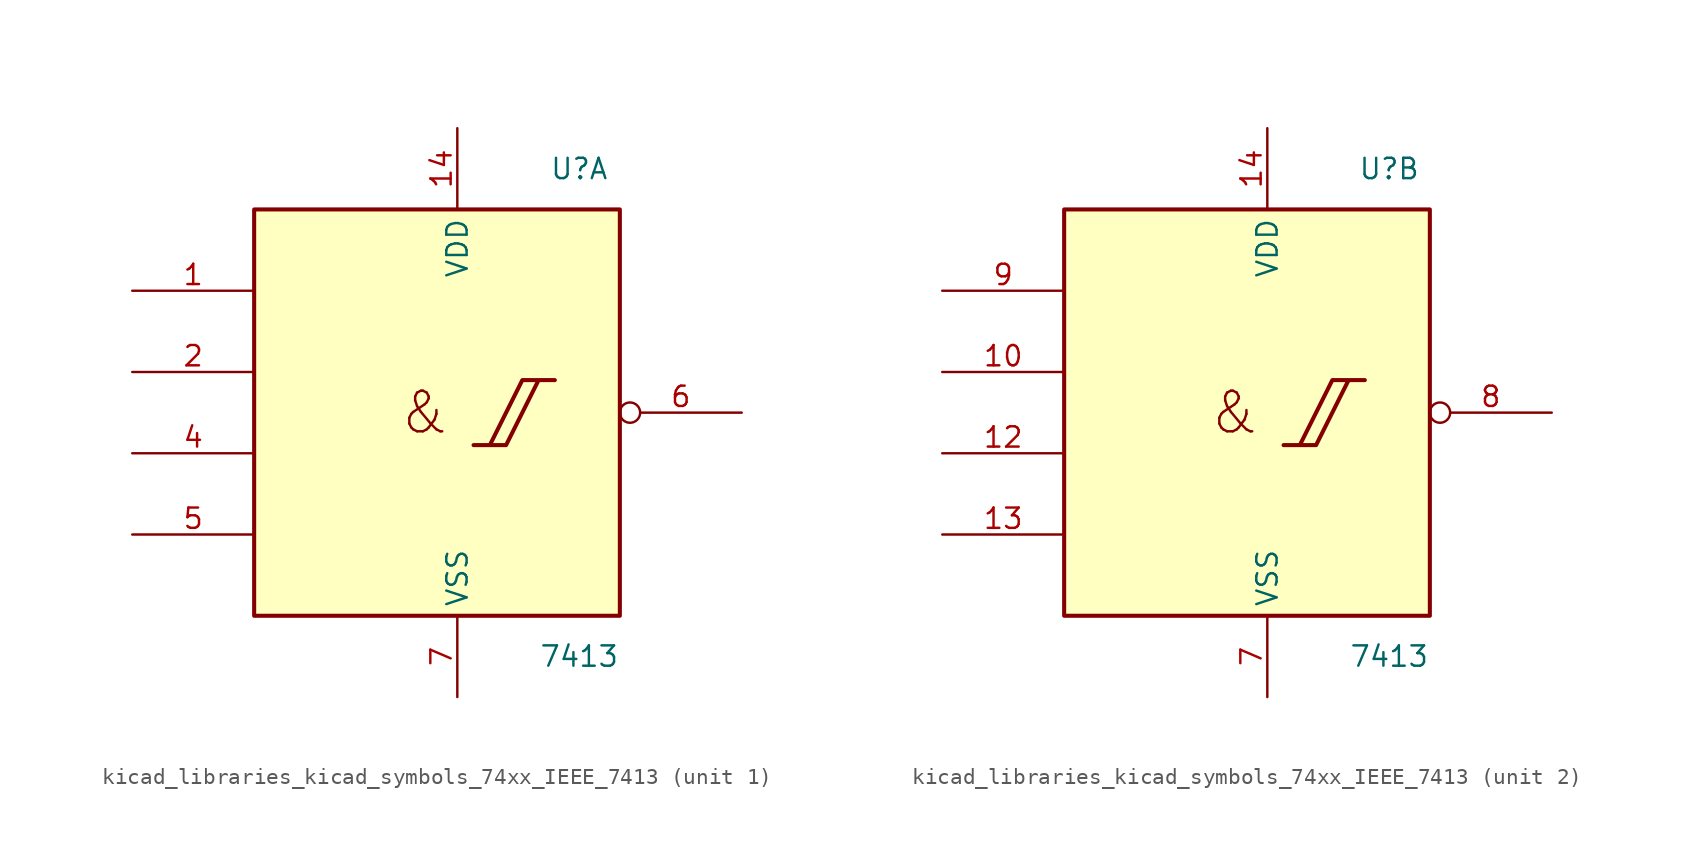
<source format=kicad_sym>
(kicad_symbol_lib
  (version 20220914)
  (generator kicad_symbol_editor)
  (symbol "kicad_libraries_kicad_symbols_74xx_IEEE_7413"
    (property "Reference" "U"
      (at 7.62 15.24 0)
      (effects (font (size 1.27 1.27))))
    (property "Value" "7413"
      (at 7.62 -15.24 0)
      (effects (font (size 1.27 1.27))))
    (symbol "kicad_libraries_kicad_symbols_74xx_IEEE_7413_0_0"
      (polyline (pts (xy 1.016 -2.032) (xy 3.048 -2.032) (xy 5.08 2.032) (xy 6.096 2.032) (xy 4.064 2.032) (xy 2.032 -2.032) (xy 2.032 -2.032)) (stroke (width 0.254) (type default)) (fill (type background)))
      (text "&" (at -2.032 0 0) (effects (font (size 2.54 2.54)))))
    (symbol "kicad_libraries_kicad_symbols_74xx_IEEE_7413_0_1"
      (rectangle (start -12.7 12.7) (end 10.16 -12.7) (stroke (width 0.254) (type default)) (fill (type background)))
      (pin power_in line (at 0 17.78 270) (length 5.08) (name "VDD" (effects (font (size 1.27 1.27)))) (number "14" (effects (font (size 1.27 1.27)))))
      (pin power_in line (at 0 -17.78 90) (length 5.08) (name "VSS" (effects (font (size 1.27 1.27)))) (number "7" (effects (font (size 1.27 1.27))))))
    (symbol "kicad_libraries_kicad_symbols_74xx_IEEE_7413_1_1"
      (pin input line (at -20.32 7.62 0) (length 7.62) (name "~" (effects (font (size 1.27 1.27)))) (number "1" (effects (font (size 1.27 1.27)))))
      (pin input line (at -20.32 2.54 0) (length 7.62) (name "~" (effects (font (size 1.27 1.27)))) (number "2" (effects (font (size 1.27 1.27)))))
      (pin input line (at -20.32 -2.54 0) (length 7.62) (name "~" (effects (font (size 1.27 1.27)))) (number "4" (effects (font (size 1.27 1.27)))))
      (pin input line (at -20.32 -7.62 0) (length 7.62) (name "~" (effects (font (size 1.27 1.27)))) (number "5" (effects (font (size 1.27 1.27)))))
      (pin output inverted (at 17.78 0 180) (length 7.62) (name "~" (effects (font (size 1.27 1.27)))) (number "6" (effects (font (size 1.27 1.27))))))
    (symbol "kicad_libraries_kicad_symbols_74xx_IEEE_7413_2_1"
      (pin input line (at -20.32 2.54 0) (length 7.62) (name "~" (effects (font (size 1.27 1.27)))) (number "10" (effects (font (size 1.27 1.27)))))
      (pin input line (at -20.32 -2.54 0) (length 7.62) (name "~" (effects (font (size 1.27 1.27)))) (number "12" (effects (font (size 1.27 1.27)))))
      (pin input line (at -20.32 -7.62 0) (length 7.62) (name "~" (effects (font (size 1.27 1.27)))) (number "13" (effects (font (size 1.27 1.27)))))
      (pin output inverted (at 17.78 0 180) (length 7.62) (name "~" (effects (font (size 1.27 1.27)))) (number "8" (effects (font (size 1.27 1.27)))))
      (pin input line (at -20.32 7.62 0) (length 7.62) (name "~" (effects (font (size 1.27 1.27)))) (number "9" (effects (font (size 1.27 1.27))))))))
</source>
